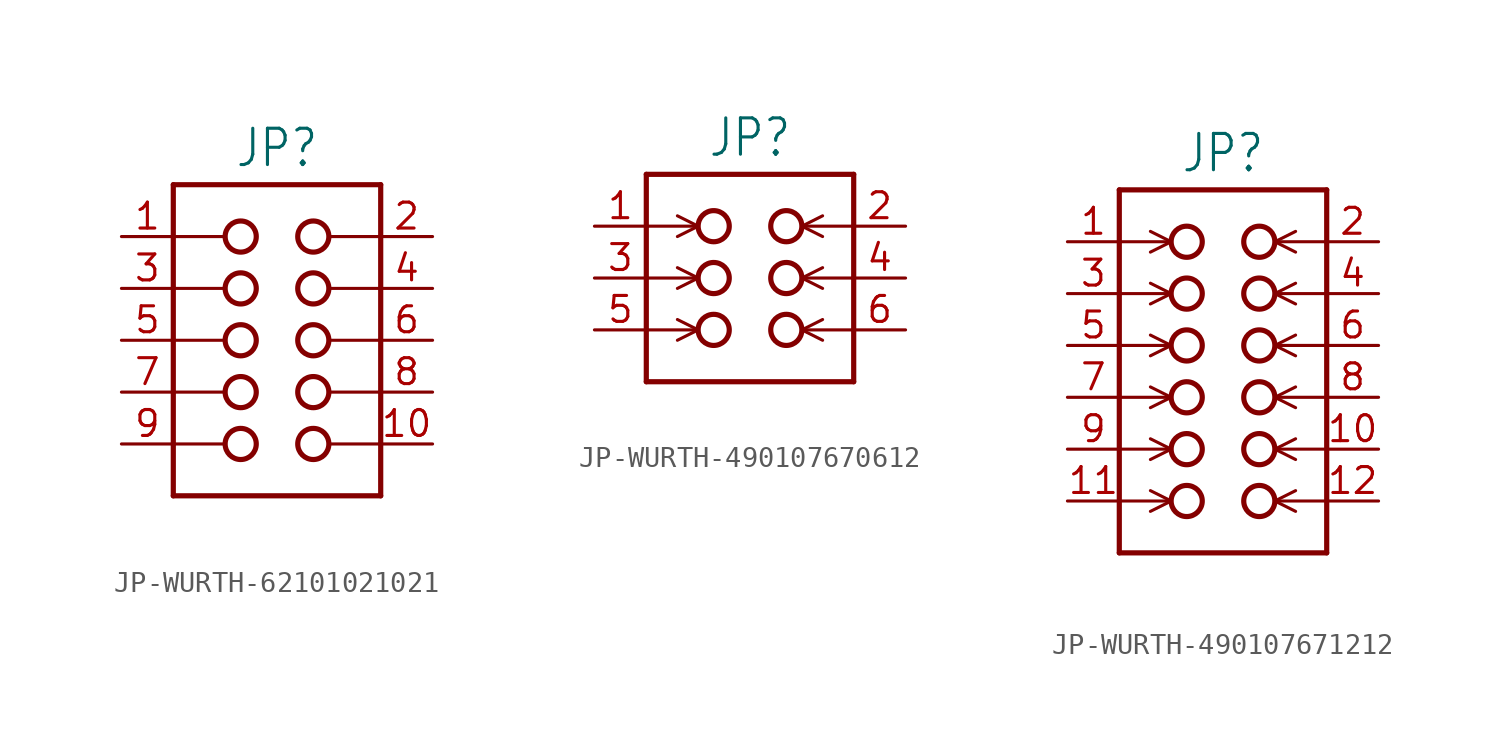
<source format=kicad_sym>
(kicad_symbol_lib
  (version 20231120)
  (generator "kicad_symbol_editor")
  (generator_version "8.0")
  (symbol "JP-WURTH-62101021021"
    (property "Reference" "JP"
      (at 0 8.382 0)
      (effects (font (size 1.778 1.511)) (justify bottom)))
    (property "Value" ""
      (at 0 -8.382 0)
      (effects (font (size 1.778 1.511)) (justify top)))
    (property "ki_locked" ""
      (at 0 0 0)
      (effects (font (size 1.27 1.27))))
    (symbol "JP-WURTH-62101021021_1_0"
      (circle (center -1.778 -5.08) (radius 0.762) (stroke (width 0.254) (type solid)) (fill (type none)))
      (circle (center -1.778 -2.54) (radius 0.762) (stroke (width 0.254) (type solid)) (fill (type none)))
      (circle (center -1.778 0) (radius 0.762) (stroke (width 0.254) (type solid)) (fill (type none)))
      (circle (center -1.778 2.54) (radius 0.762) (stroke (width 0.254) (type solid)) (fill (type none)))
      (circle (center -1.778 5.08) (radius 0.762) (stroke (width 0.254) (type solid)) (fill (type none)))
      (polyline (pts (xy -5.08 -7.62) (xy -5.08 -5.08)) (stroke (width 0.254) (type solid)) (fill (type none)))
      (polyline (pts (xy -5.08 -5.08) (xy -5.08 -2.54)) (stroke (width 0.254) (type solid)) (fill (type none)))
      (polyline (pts (xy -5.08 -5.08) (xy -2.54 -5.08)) (stroke (width 0.152) (type solid)) (fill (type none)))
      (polyline (pts (xy -5.08 -2.54) (xy -5.08 0)) (stroke (width 0.254) (type solid)) (fill (type none)))
      (polyline (pts (xy -5.08 -2.54) (xy -2.54 -2.54)) (stroke (width 0.152) (type solid)) (fill (type none)))
      (polyline (pts (xy -5.08 0) (xy -5.08 2.54)) (stroke (width 0.254) (type solid)) (fill (type none)))
      (polyline (pts (xy -5.08 0) (xy -2.54 0)) (stroke (width 0.152) (type solid)) (fill (type none)))
      (polyline (pts (xy -5.08 2.54) (xy -5.08 5.08)) (stroke (width 0.254) (type solid)) (fill (type none)))
      (polyline (pts (xy -5.08 2.54) (xy -2.54 2.54)) (stroke (width 0.152) (type solid)) (fill (type none)))
      (polyline (pts (xy -5.08 5.08) (xy -5.08 7.62)) (stroke (width 0.254) (type solid)) (fill (type none)))
      (polyline (pts (xy -5.08 5.08) (xy -2.54 5.08)) (stroke (width 0.152) (type solid)) (fill (type none)))
      (polyline (pts (xy -5.08 7.62) (xy 5.08 7.62)) (stroke (width 0.254) (type solid)) (fill (type none)))
      (polyline (pts (xy 2.54 -5.08) (xy 5.08 -5.08)) (stroke (width 0.152) (type solid)) (fill (type none)))
      (polyline (pts (xy 2.54 -2.54) (xy 5.08 -2.54)) (stroke (width 0.152) (type solid)) (fill (type none)))
      (polyline (pts (xy 2.54 0) (xy 5.08 0)) (stroke (width 0.152) (type solid)) (fill (type none)))
      (polyline (pts (xy 2.54 2.54) (xy 5.08 2.54)) (stroke (width 0.152) (type solid)) (fill (type none)))
      (polyline (pts (xy 2.54 5.08) (xy 5.08 5.08)) (stroke (width 0.152) (type solid)) (fill (type none)))
      (polyline (pts (xy 5.08 -7.62) (xy -5.08 -7.62)) (stroke (width 0.254) (type solid)) (fill (type none)))
      (polyline (pts (xy 5.08 -5.08) (xy 5.08 -7.62)) (stroke (width 0.254) (type solid)) (fill (type none)))
      (polyline (pts (xy 5.08 -2.54) (xy 5.08 -5.08)) (stroke (width 0.254) (type solid)) (fill (type none)))
      (polyline (pts (xy 5.08 0) (xy 5.08 -2.54)) (stroke (width 0.254) (type solid)) (fill (type none)))
      (polyline (pts (xy 5.08 2.54) (xy 5.08 0)) (stroke (width 0.254) (type solid)) (fill (type none)))
      (polyline (pts (xy 5.08 5.08) (xy 5.08 2.54)) (stroke (width 0.254) (type solid)) (fill (type none)))
      (polyline (pts (xy 5.08 7.62) (xy 5.08 5.08)) (stroke (width 0.254) (type solid)) (fill (type none)))
      (circle (center 1.778 -5.08) (radius 0.762) (stroke (width 0.254) (type solid)) (fill (type none)))
      (circle (center 1.778 -2.54) (radius 0.762) (stroke (width 0.254) (type solid)) (fill (type none)))
      (circle (center 1.778 0) (radius 0.762) (stroke (width 0.254) (type solid)) (fill (type none)))
      (circle (center 1.778 2.54) (radius 0.762) (stroke (width 0.254) (type solid)) (fill (type none)))
      (circle (center 1.778 5.08) (radius 0.762) (stroke (width 0.254) (type solid)) (fill (type none)))
      (pin passive line (at -7.62 5.08 0) (length 2.54) (name "1" (effects (font (size 0 0)))) (number "1" (effects (font (size 1.27 1.27)))))
      (pin passive line (at 7.62 -5.08 180) (length 2.54) (name "10" (effects (font (size 0 0)))) (number "10" (effects (font (size 1.27 1.27)))))
      (pin passive line (at 7.62 5.08 180) (length 2.54) (name "2" (effects (font (size 0 0)))) (number "2" (effects (font (size 1.27 1.27)))))
      (pin passive line (at -7.62 2.54 0) (length 2.54) (name "3" (effects (font (size 0 0)))) (number "3" (effects (font (size 1.27 1.27)))))
      (pin passive line (at 7.62 2.54 180) (length 2.54) (name "4" (effects (font (size 0 0)))) (number "4" (effects (font (size 1.27 1.27)))))
      (pin passive line (at -7.62 0 0) (length 2.54) (name "5" (effects (font (size 0 0)))) (number "5" (effects (font (size 1.27 1.27)))))
      (pin passive line (at 7.62 0 180) (length 2.54) (name "6" (effects (font (size 0 0)))) (number "6" (effects (font (size 1.27 1.27)))))
      (pin passive line (at -7.62 -2.54 0) (length 2.54) (name "7" (effects (font (size 0 0)))) (number "7" (effects (font (size 1.27 1.27)))))
      (pin passive line (at 7.62 -2.54 180) (length 2.54) (name "8" (effects (font (size 0 0)))) (number "8" (effects (font (size 1.27 1.27)))))
      (pin passive line (at -7.62 -5.08 0) (length 2.54) (name "9" (effects (font (size 0 0)))) (number "9" (effects (font (size 1.27 1.27)))))))
  (symbol "JP-WURTH-490107670612"
    (property "Reference" "JP"
      (at 0 5.842 0)
      (effects (font (size 1.778 1.511)) (justify bottom)))
    (property "Value" ""
      (at 0 -5.842 0)
      (effects (font (size 1.778 1.511)) (justify top)))
    (property "ki_locked" ""
      (at 0 0 0)
      (effects (font (size 1.27 1.27))))
    (symbol "JP-WURTH-490107670612_1_0"
      (circle (center -1.778 -2.54) (radius 0.762) (stroke (width 0.254) (type solid)) (fill (type none)))
      (circle (center -1.778 0) (radius 0.762) (stroke (width 0.254) (type solid)) (fill (type none)))
      (circle (center -1.778 2.54) (radius 0.762) (stroke (width 0.254) (type solid)) (fill (type none)))
      (polyline (pts (xy -5.08 -5.08) (xy -5.08 -2.54)) (stroke (width 0.254) (type solid)) (fill (type none)))
      (polyline (pts (xy -5.08 -2.54) (xy -5.08 0)) (stroke (width 0.254) (type solid)) (fill (type none)))
      (polyline (pts (xy -5.08 -2.54) (xy -2.54 -2.54)) (stroke (width 0.152) (type solid)) (fill (type none)))
      (polyline (pts (xy -5.08 0) (xy -5.08 2.54)) (stroke (width 0.254) (type solid)) (fill (type none)))
      (polyline (pts (xy -5.08 0) (xy -2.54 0)) (stroke (width 0.152) (type solid)) (fill (type none)))
      (polyline (pts (xy -5.08 2.54) (xy -5.08 5.08)) (stroke (width 0.254) (type solid)) (fill (type none)))
      (polyline (pts (xy -5.08 2.54) (xy -2.54 2.54)) (stroke (width 0.152) (type solid)) (fill (type none)))
      (polyline (pts (xy -5.08 5.08) (xy 5.08 5.08)) (stroke (width 0.254) (type solid)) (fill (type none)))
      (polyline (pts (xy -2.54 -2.54) (xy -3.556 -3.048)) (stroke (width 0.152) (type solid)) (fill (type none)))
      (polyline (pts (xy -2.54 -2.54) (xy -3.556 -2.032)) (stroke (width 0.152) (type solid)) (fill (type none)))
      (polyline (pts (xy -2.54 0) (xy -3.556 -0.508)) (stroke (width 0.152) (type solid)) (fill (type none)))
      (polyline (pts (xy -2.54 0) (xy -3.556 0.508)) (stroke (width 0.152) (type solid)) (fill (type none)))
      (polyline (pts (xy -2.54 2.54) (xy -3.556 2.032)) (stroke (width 0.152) (type solid)) (fill (type none)))
      (polyline (pts (xy -2.54 2.54) (xy -3.556 3.048)) (stroke (width 0.152) (type solid)) (fill (type none)))
      (polyline (pts (xy 2.54 -2.54) (xy 3.556 -3.048)) (stroke (width 0.152) (type solid)) (fill (type none)))
      (polyline (pts (xy 2.54 -2.54) (xy 3.556 -2.032)) (stroke (width 0.152) (type solid)) (fill (type none)))
      (polyline (pts (xy 2.54 -2.54) (xy 5.08 -2.54)) (stroke (width 0.152) (type solid)) (fill (type none)))
      (polyline (pts (xy 2.54 0) (xy 3.556 -0.508)) (stroke (width 0.152) (type solid)) (fill (type none)))
      (polyline (pts (xy 2.54 0) (xy 3.556 0.508)) (stroke (width 0.152) (type solid)) (fill (type none)))
      (polyline (pts (xy 2.54 0) (xy 5.08 0)) (stroke (width 0.152) (type solid)) (fill (type none)))
      (polyline (pts (xy 2.54 2.54) (xy 3.556 2.032)) (stroke (width 0.152) (type solid)) (fill (type none)))
      (polyline (pts (xy 2.54 2.54) (xy 3.556 3.048)) (stroke (width 0.152) (type solid)) (fill (type none)))
      (polyline (pts (xy 2.54 2.54) (xy 5.08 2.54)) (stroke (width 0.152) (type solid)) (fill (type none)))
      (polyline (pts (xy 5.08 -5.08) (xy -5.08 -5.08)) (stroke (width 0.254) (type solid)) (fill (type none)))
      (polyline (pts (xy 5.08 -2.54) (xy 5.08 -5.08)) (stroke (width 0.254) (type solid)) (fill (type none)))
      (polyline (pts (xy 5.08 0) (xy 5.08 -2.54)) (stroke (width 0.254) (type solid)) (fill (type none)))
      (polyline (pts (xy 5.08 2.54) (xy 5.08 0)) (stroke (width 0.254) (type solid)) (fill (type none)))
      (polyline (pts (xy 5.08 5.08) (xy 5.08 2.54)) (stroke (width 0.254) (type solid)) (fill (type none)))
      (circle (center 1.778 -2.54) (radius 0.762) (stroke (width 0.254) (type solid)) (fill (type none)))
      (circle (center 1.778 0) (radius 0.762) (stroke (width 0.254) (type solid)) (fill (type none)))
      (circle (center 1.778 2.54) (radius 0.762) (stroke (width 0.254) (type solid)) (fill (type none)))
      (pin passive line (at -7.62 2.54 0) (length 2.54) (name "1" (effects (font (size 0 0)))) (number "1" (effects (font (size 1.27 1.27)))))
      (pin passive line (at 7.62 2.54 180) (length 2.54) (name "2" (effects (font (size 0 0)))) (number "2" (effects (font (size 1.27 1.27)))))
      (pin passive line (at -7.62 0 0) (length 2.54) (name "3" (effects (font (size 0 0)))) (number "3" (effects (font (size 1.27 1.27)))))
      (pin passive line (at 7.62 0 180) (length 2.54) (name "4" (effects (font (size 0 0)))) (number "4" (effects (font (size 1.27 1.27)))))
      (pin passive line (at -7.62 -2.54 0) (length 2.54) (name "5" (effects (font (size 0 0)))) (number "5" (effects (font (size 1.27 1.27)))))
      (pin passive line (at 7.62 -2.54 180) (length 2.54) (name "6" (effects (font (size 0 0)))) (number "6" (effects (font (size 1.27 1.27)))))))
  (symbol "JP-WURTH-490107671212"
    (property "Reference" "JP"
      (at 0 10.922 0)
      (effects (font (size 1.778 1.511)) (justify bottom)))
    (property "Value" ""
      (at 0 -8.382 0)
      (effects (font (size 1.778 1.511)) (justify top)))
    (property "ki_locked" ""
      (at 0 0 0)
      (effects (font (size 1.27 1.27))))
    (symbol "JP-WURTH-490107671212_1_0"
      (circle (center -1.778 -5.08) (radius 0.762) (stroke (width 0.254) (type solid)) (fill (type none)))
      (circle (center -1.778 -2.54) (radius 0.762) (stroke (width 0.254) (type solid)) (fill (type none)))
      (circle (center -1.778 0) (radius 0.762) (stroke (width 0.254) (type solid)) (fill (type none)))
      (circle (center -1.778 2.54) (radius 0.762) (stroke (width 0.254) (type solid)) (fill (type none)))
      (circle (center -1.778 5.08) (radius 0.762) (stroke (width 0.254) (type solid)) (fill (type none)))
      (circle (center -1.778 7.62) (radius 0.762) (stroke (width 0.254) (type solid)) (fill (type none)))
      (polyline (pts (xy -5.08 -7.62) (xy -5.08 2.54)) (stroke (width 0.254) (type solid)) (fill (type none)))
      (polyline (pts (xy -5.08 -5.08) (xy -2.54 -5.08)) (stroke (width 0.152) (type solid)) (fill (type none)))
      (polyline (pts (xy -5.08 -2.54) (xy -2.54 -2.54)) (stroke (width 0.152) (type solid)) (fill (type none)))
      (polyline (pts (xy -5.08 0) (xy -2.54 0)) (stroke (width 0.152) (type solid)) (fill (type none)))
      (polyline (pts (xy -5.08 2.54) (xy -5.08 5.08)) (stroke (width 0.254) (type solid)) (fill (type none)))
      (polyline (pts (xy -5.08 2.54) (xy -2.54 2.54)) (stroke (width 0.152) (type solid)) (fill (type none)))
      (polyline (pts (xy -5.08 5.08) (xy -5.08 7.62)) (stroke (width 0.254) (type solid)) (fill (type none)))
      (polyline (pts (xy -5.08 5.08) (xy -2.54 5.08)) (stroke (width 0.152) (type solid)) (fill (type none)))
      (polyline (pts (xy -5.08 7.62) (xy -5.08 10.16)) (stroke (width 0.254) (type solid)) (fill (type none)))
      (polyline (pts (xy -5.08 7.62) (xy -2.54 7.62)) (stroke (width 0.152) (type solid)) (fill (type none)))
      (polyline (pts (xy -5.08 10.16) (xy 5.08 10.16)) (stroke (width 0.254) (type solid)) (fill (type none)))
      (polyline (pts (xy -2.54 -5.08) (xy -3.556 -5.588)) (stroke (width 0.152) (type solid)) (fill (type none)))
      (polyline (pts (xy -2.54 -5.08) (xy -3.556 -4.572)) (stroke (width 0.152) (type solid)) (fill (type none)))
      (polyline (pts (xy -2.54 -2.54) (xy -3.556 -3.048)) (stroke (width 0.152) (type solid)) (fill (type none)))
      (polyline (pts (xy -2.54 -2.54) (xy -3.556 -2.032)) (stroke (width 0.152) (type solid)) (fill (type none)))
      (polyline (pts (xy -2.54 0) (xy -3.556 -0.508)) (stroke (width 0.152) (type solid)) (fill (type none)))
      (polyline (pts (xy -2.54 0) (xy -3.556 0.508)) (stroke (width 0.152) (type solid)) (fill (type none)))
      (polyline (pts (xy -2.54 2.54) (xy -3.556 2.032)) (stroke (width 0.152) (type solid)) (fill (type none)))
      (polyline (pts (xy -2.54 2.54) (xy -3.556 3.048)) (stroke (width 0.152) (type solid)) (fill (type none)))
      (polyline (pts (xy -2.54 5.08) (xy -3.556 4.572)) (stroke (width 0.152) (type solid)) (fill (type none)))
      (polyline (pts (xy -2.54 5.08) (xy -3.556 5.588)) (stroke (width 0.152) (type solid)) (fill (type none)))
      (polyline (pts (xy -2.54 7.62) (xy -3.556 7.112)) (stroke (width 0.152) (type solid)) (fill (type none)))
      (polyline (pts (xy -2.54 7.62) (xy -3.556 8.128)) (stroke (width 0.152) (type solid)) (fill (type none)))
      (polyline (pts (xy 2.54 -5.08) (xy 3.556 -5.588)) (stroke (width 0.152) (type solid)) (fill (type none)))
      (polyline (pts (xy 2.54 -5.08) (xy 3.556 -4.572)) (stroke (width 0.152) (type solid)) (fill (type none)))
      (polyline (pts (xy 2.54 -2.54) (xy 3.556 -3.048)) (stroke (width 0.152) (type solid)) (fill (type none)))
      (polyline (pts (xy 2.54 -2.54) (xy 3.556 -2.032)) (stroke (width 0.152) (type solid)) (fill (type none)))
      (polyline (pts (xy 2.54 0) (xy 3.556 -0.508)) (stroke (width 0.152) (type solid)) (fill (type none)))
      (polyline (pts (xy 2.54 0) (xy 3.556 0.508)) (stroke (width 0.152) (type solid)) (fill (type none)))
      (polyline (pts (xy 2.54 2.54) (xy 3.556 2.032)) (stroke (width 0.152) (type solid)) (fill (type none)))
      (polyline (pts (xy 2.54 2.54) (xy 3.556 3.048)) (stroke (width 0.152) (type solid)) (fill (type none)))
      (polyline (pts (xy 2.54 2.54) (xy 5.08 2.54)) (stroke (width 0.152) (type solid)) (fill (type none)))
      (polyline (pts (xy 2.54 5.08) (xy 3.556 4.572)) (stroke (width 0.152) (type solid)) (fill (type none)))
      (polyline (pts (xy 2.54 5.08) (xy 3.556 5.588)) (stroke (width 0.152) (type solid)) (fill (type none)))
      (polyline (pts (xy 2.54 5.08) (xy 5.08 5.08)) (stroke (width 0.152) (type solid)) (fill (type none)))
      (polyline (pts (xy 2.54 7.62) (xy 3.556 7.112)) (stroke (width 0.152) (type solid)) (fill (type none)))
      (polyline (pts (xy 2.54 7.62) (xy 3.556 8.128)) (stroke (width 0.152) (type solid)) (fill (type none)))
      (polyline (pts (xy 2.54 7.62) (xy 5.08 7.62)) (stroke (width 0.152) (type solid)) (fill (type none)))
      (polyline (pts (xy 5.08 -7.62) (xy -5.08 -7.62)) (stroke (width 0.254) (type solid)) (fill (type none)))
      (polyline (pts (xy 5.08 -5.08) (xy 2.54 -5.08)) (stroke (width 0.152) (type solid)) (fill (type none)))
      (polyline (pts (xy 5.08 -2.54) (xy 2.54 -2.54)) (stroke (width 0.152) (type solid)) (fill (type none)))
      (polyline (pts (xy 5.08 0) (xy 2.54 0)) (stroke (width 0.152) (type solid)) (fill (type none)))
      (polyline (pts (xy 5.08 2.54) (xy 5.08 -7.62)) (stroke (width 0.254) (type solid)) (fill (type none)))
      (polyline (pts (xy 5.08 5.08) (xy 5.08 2.54)) (stroke (width 0.254) (type solid)) (fill (type none)))
      (polyline (pts (xy 5.08 7.62) (xy 5.08 5.08)) (stroke (width 0.254) (type solid)) (fill (type none)))
      (polyline (pts (xy 5.08 10.16) (xy 5.08 7.62)) (stroke (width 0.254) (type solid)) (fill (type none)))
      (circle (center 1.778 -5.08) (radius 0.762) (stroke (width 0.254) (type solid)) (fill (type none)))
      (circle (center 1.778 -2.54) (radius 0.762) (stroke (width 0.254) (type solid)) (fill (type none)))
      (circle (center 1.778 0) (radius 0.762) (stroke (width 0.254) (type solid)) (fill (type none)))
      (circle (center 1.778 2.54) (radius 0.762) (stroke (width 0.254) (type solid)) (fill (type none)))
      (circle (center 1.778 5.08) (radius 0.762) (stroke (width 0.254) (type solid)) (fill (type none)))
      (circle (center 1.778 7.62) (radius 0.762) (stroke (width 0.254) (type solid)) (fill (type none)))
      (pin passive line (at -7.62 7.62 0) (length 2.54) (name "1" (effects (font (size 0 0)))) (number "1" (effects (font (size 1.27 1.27)))))
      (pin passive line (at 7.62 -2.54 180) (length 2.54) (name "10" (effects (font (size 0 0)))) (number "10" (effects (font (size 1.27 1.27)))))
      (pin passive line (at -7.62 -5.08 0) (length 2.54) (name "11" (effects (font (size 0 0)))) (number "11" (effects (font (size 1.27 1.27)))))
      (pin passive line (at 7.62 -5.08 180) (length 2.54) (name "12" (effects (font (size 0 0)))) (number "12" (effects (font (size 1.27 1.27)))))
      (pin passive line (at 7.62 7.62 180) (length 2.54) (name "2" (effects (font (size 0 0)))) (number "2" (effects (font (size 1.27 1.27)))))
      (pin passive line (at -7.62 5.08 0) (length 2.54) (name "3" (effects (font (size 0 0)))) (number "3" (effects (font (size 1.27 1.27)))))
      (pin passive line (at 7.62 5.08 180) (length 2.54) (name "4" (effects (font (size 0 0)))) (number "4" (effects (font (size 1.27 1.27)))))
      (pin passive line (at -7.62 2.54 0) (length 2.54) (name "5" (effects (font (size 0 0)))) (number "5" (effects (font (size 1.27 1.27)))))
      (pin passive line (at 7.62 2.54 180) (length 2.54) (name "6" (effects (font (size 0 0)))) (number "6" (effects (font (size 1.27 1.27)))))
      (pin passive line (at -7.62 0 0) (length 2.54) (name "7" (effects (font (size 0 0)))) (number "7" (effects (font (size 1.27 1.27)))))
      (pin passive line (at 7.62 0 180) (length 2.54) (name "8" (effects (font (size 0 0)))) (number "8" (effects (font (size 1.27 1.27)))))
      (pin passive line (at -7.62 -2.54 0) (length 2.54) (name "9" (effects (font (size 0 0)))) (number "9" (effects (font (size 1.27 1.27))))))))
</source>
